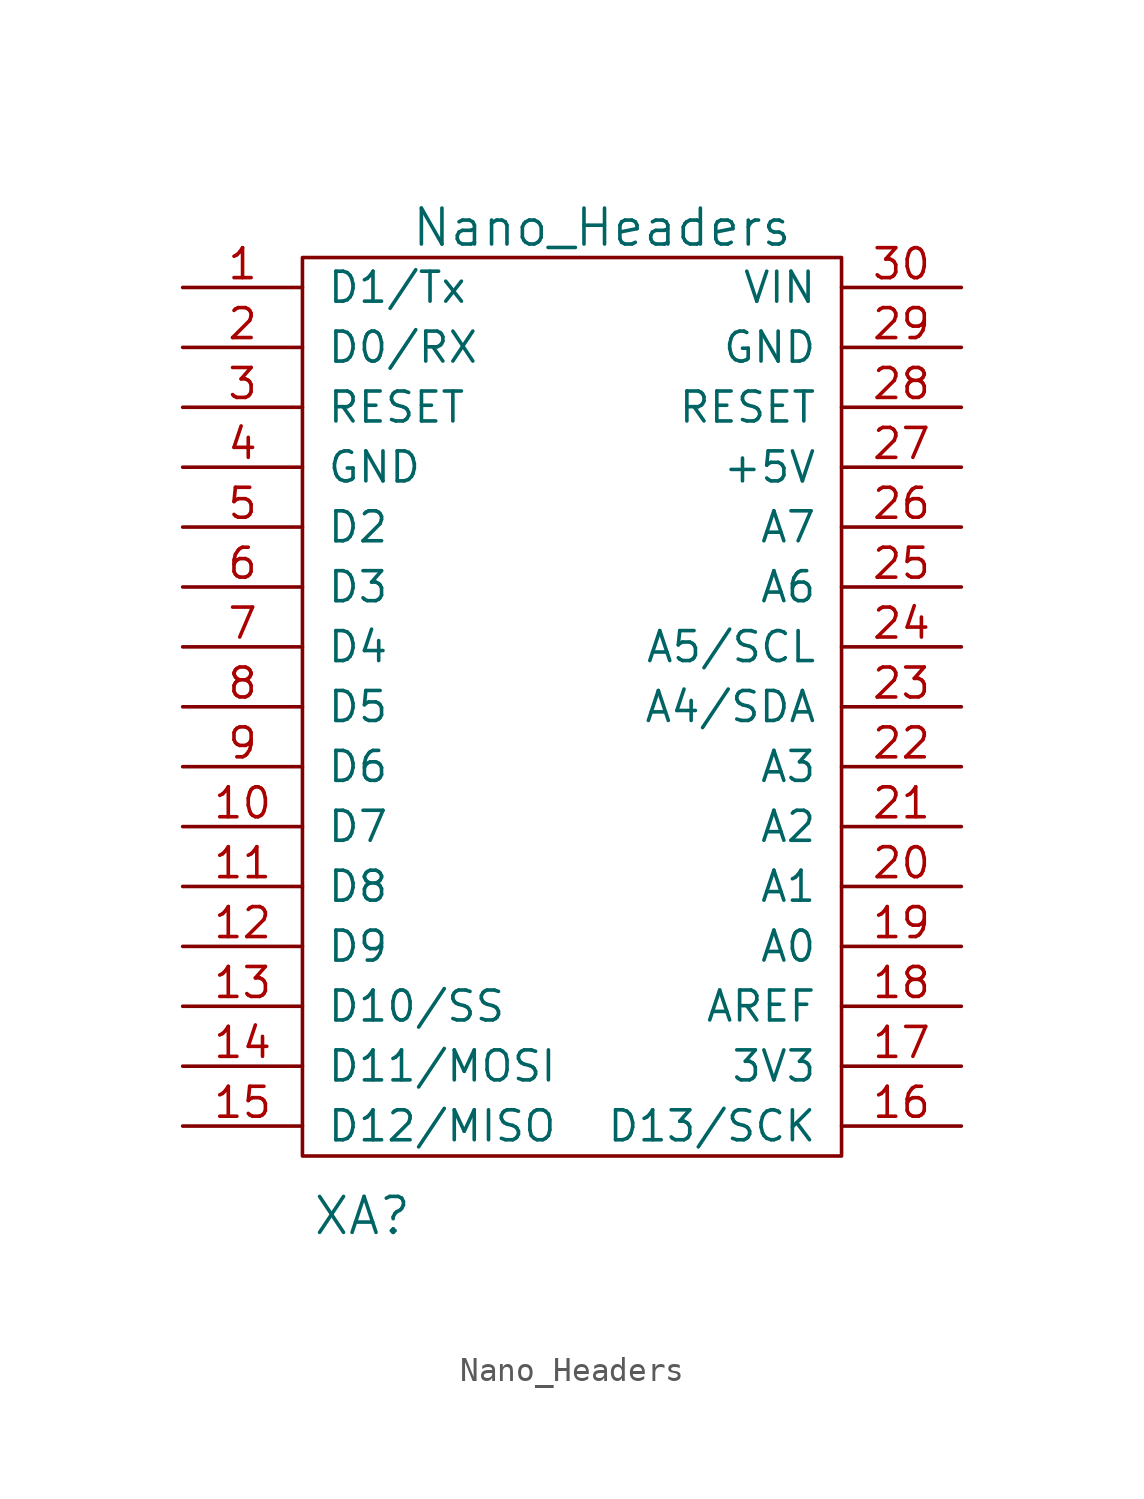
<source format=kicad_sym>
(kicad_symbol_lib
  (version 20241209)
  (generator "kicad_symbol_editor")
  (generator_version "9.0")
  (symbol "Nano_Headers"
    (pin_names
      (offset 1.016))
    (property "Reference" "XA"
      (at -8.89 -21.59 0)
      (effects (font (size 1.524 1.524))))
    (property "Value" "Nano_Headers"
      (at 1.27 20.32 0)
      (effects (font (size 1.524 1.524))))
    (symbol "Nano_Headers_0_0"
      (rectangle (start -11.43 19.05) (end 11.43 -19.05) (stroke (width 0) (type solid)) (fill (type none))))
    (symbol "Nano_Headers_1_1"
      (pin bidirectional line (at -16.51 17.78 0) (length 5.08) (name "D1/Tx" (effects (font (size 1.27 1.27)))) (number "1" (effects (font (size 1.27 1.27)))))
      (pin bidirectional line (at -16.51 15.24 0) (length 5.08) (name "D0/RX" (effects (font (size 1.27 1.27)))) (number "2" (effects (font (size 1.27 1.27)))))
      (pin input line (at -16.51 12.7 0) (length 5.08) (name "RESET" (effects (font (size 1.27 1.27)))) (number "3" (effects (font (size 1.27 1.27)))))
      (pin power_in line (at -16.51 10.16 0) (length 5.08) (name "GND" (effects (font (size 1.27 1.27)))) (number "4" (effects (font (size 1.27 1.27)))))
      (pin bidirectional line (at -16.51 7.62 0) (length 5.08) (name "D2" (effects (font (size 1.27 1.27)))) (number "5" (effects (font (size 1.27 1.27)))))
      (pin bidirectional line (at -16.51 5.08 0) (length 5.08) (name "D3" (effects (font (size 1.27 1.27)))) (number "6" (effects (font (size 1.27 1.27)))))
      (pin bidirectional line (at -16.51 2.54 0) (length 5.08) (name "D4" (effects (font (size 1.27 1.27)))) (number "7" (effects (font (size 1.27 1.27)))))
      (pin bidirectional line (at -16.51 0 0) (length 5.08) (name "D5" (effects (font (size 1.27 1.27)))) (number "8" (effects (font (size 1.27 1.27)))))
      (pin bidirectional line (at -16.51 -2.54 0) (length 5.08) (name "D6" (effects (font (size 1.27 1.27)))) (number "9" (effects (font (size 1.27 1.27)))))
      (pin bidirectional line (at -16.51 -5.08 0) (length 5.08) (name "D7" (effects (font (size 1.27 1.27)))) (number "10" (effects (font (size 1.27 1.27)))))
      (pin bidirectional line (at -16.51 -7.62 0) (length 5.08) (name "D8" (effects (font (size 1.27 1.27)))) (number "11" (effects (font (size 1.27 1.27)))))
      (pin bidirectional line (at -16.51 -10.16 0) (length 5.08) (name "D9" (effects (font (size 1.27 1.27)))) (number "12" (effects (font (size 1.27 1.27)))))
      (pin bidirectional line (at -16.51 -12.7 0) (length 5.08) (name "D10/SS" (effects (font (size 1.27 1.27)))) (number "13" (effects (font (size 1.27 1.27)))))
      (pin bidirectional line (at -16.51 -15.24 0) (length 5.08) (name "D11/MOSI" (effects (font (size 1.27 1.27)))) (number "14" (effects (font (size 1.27 1.27)))))
      (pin bidirectional line (at -16.51 -17.78 0) (length 5.08) (name "D12/MISO" (effects (font (size 1.27 1.27)))) (number "15" (effects (font (size 1.27 1.27)))))
      (pin power_in line (at 16.51 17.78 180) (length 5.08) (name "VIN" (effects (font (size 1.27 1.27)))) (number "30" (effects (font (size 1.27 1.27)))))
      (pin power_in line (at 16.51 15.24 180) (length 5.08) (name "GND" (effects (font (size 1.27 1.27)))) (number "29" (effects (font (size 1.27 1.27)))))
      (pin input line (at 16.51 12.7 180) (length 5.08) (name "RESET" (effects (font (size 1.27 1.27)))) (number "28" (effects (font (size 1.27 1.27)))))
      (pin power_in line (at 16.51 10.16 180) (length 5.08) (name "+5V" (effects (font (size 1.27 1.27)))) (number "27" (effects (font (size 1.27 1.27)))))
      (pin input line (at 16.51 7.62 180) (length 5.08) (name "A7" (effects (font (size 1.27 1.27)))) (number "26" (effects (font (size 1.27 1.27)))))
      (pin input line (at 16.51 5.08 180) (length 5.08) (name "A6" (effects (font (size 1.27 1.27)))) (number "25" (effects (font (size 1.27 1.27)))))
      (pin input line (at 16.51 2.54 180) (length 5.08) (name "A5/SCL" (effects (font (size 1.27 1.27)))) (number "24" (effects (font (size 1.27 1.27)))))
      (pin input line (at 16.51 0 180) (length 5.08) (name "A4/SDA" (effects (font (size 1.27 1.27)))) (number "23" (effects (font (size 1.27 1.27)))))
      (pin input line (at 16.51 -2.54 180) (length 5.08) (name "A3" (effects (font (size 1.27 1.27)))) (number "22" (effects (font (size 1.27 1.27)))))
      (pin input line (at 16.51 -5.08 180) (length 5.08) (name "A2" (effects (font (size 1.27 1.27)))) (number "21" (effects (font (size 1.27 1.27)))))
      (pin input line (at 16.51 -7.62 180) (length 5.08) (name "A1" (effects (font (size 1.27 1.27)))) (number "20" (effects (font (size 1.27 1.27)))))
      (pin input line (at 16.51 -10.16 180) (length 5.08) (name "A0" (effects (font (size 1.27 1.27)))) (number "19" (effects (font (size 1.27 1.27)))))
      (pin input line (at 16.51 -12.7 180) (length 5.08) (name "AREF" (effects (font (size 1.27 1.27)))) (number "18" (effects (font (size 1.27 1.27)))))
      (pin power_out line (at 16.51 -15.24 180) (length 5.08) (name "3V3" (effects (font (size 1.27 1.27)))) (number "17" (effects (font (size 1.27 1.27)))))
      (pin bidirectional line (at 16.51 -17.78 180) (length 5.08) (name "D13/SCK" (effects (font (size 1.27 1.27)))) (number "16" (effects (font (size 1.27 1.27))))))))
</source>
